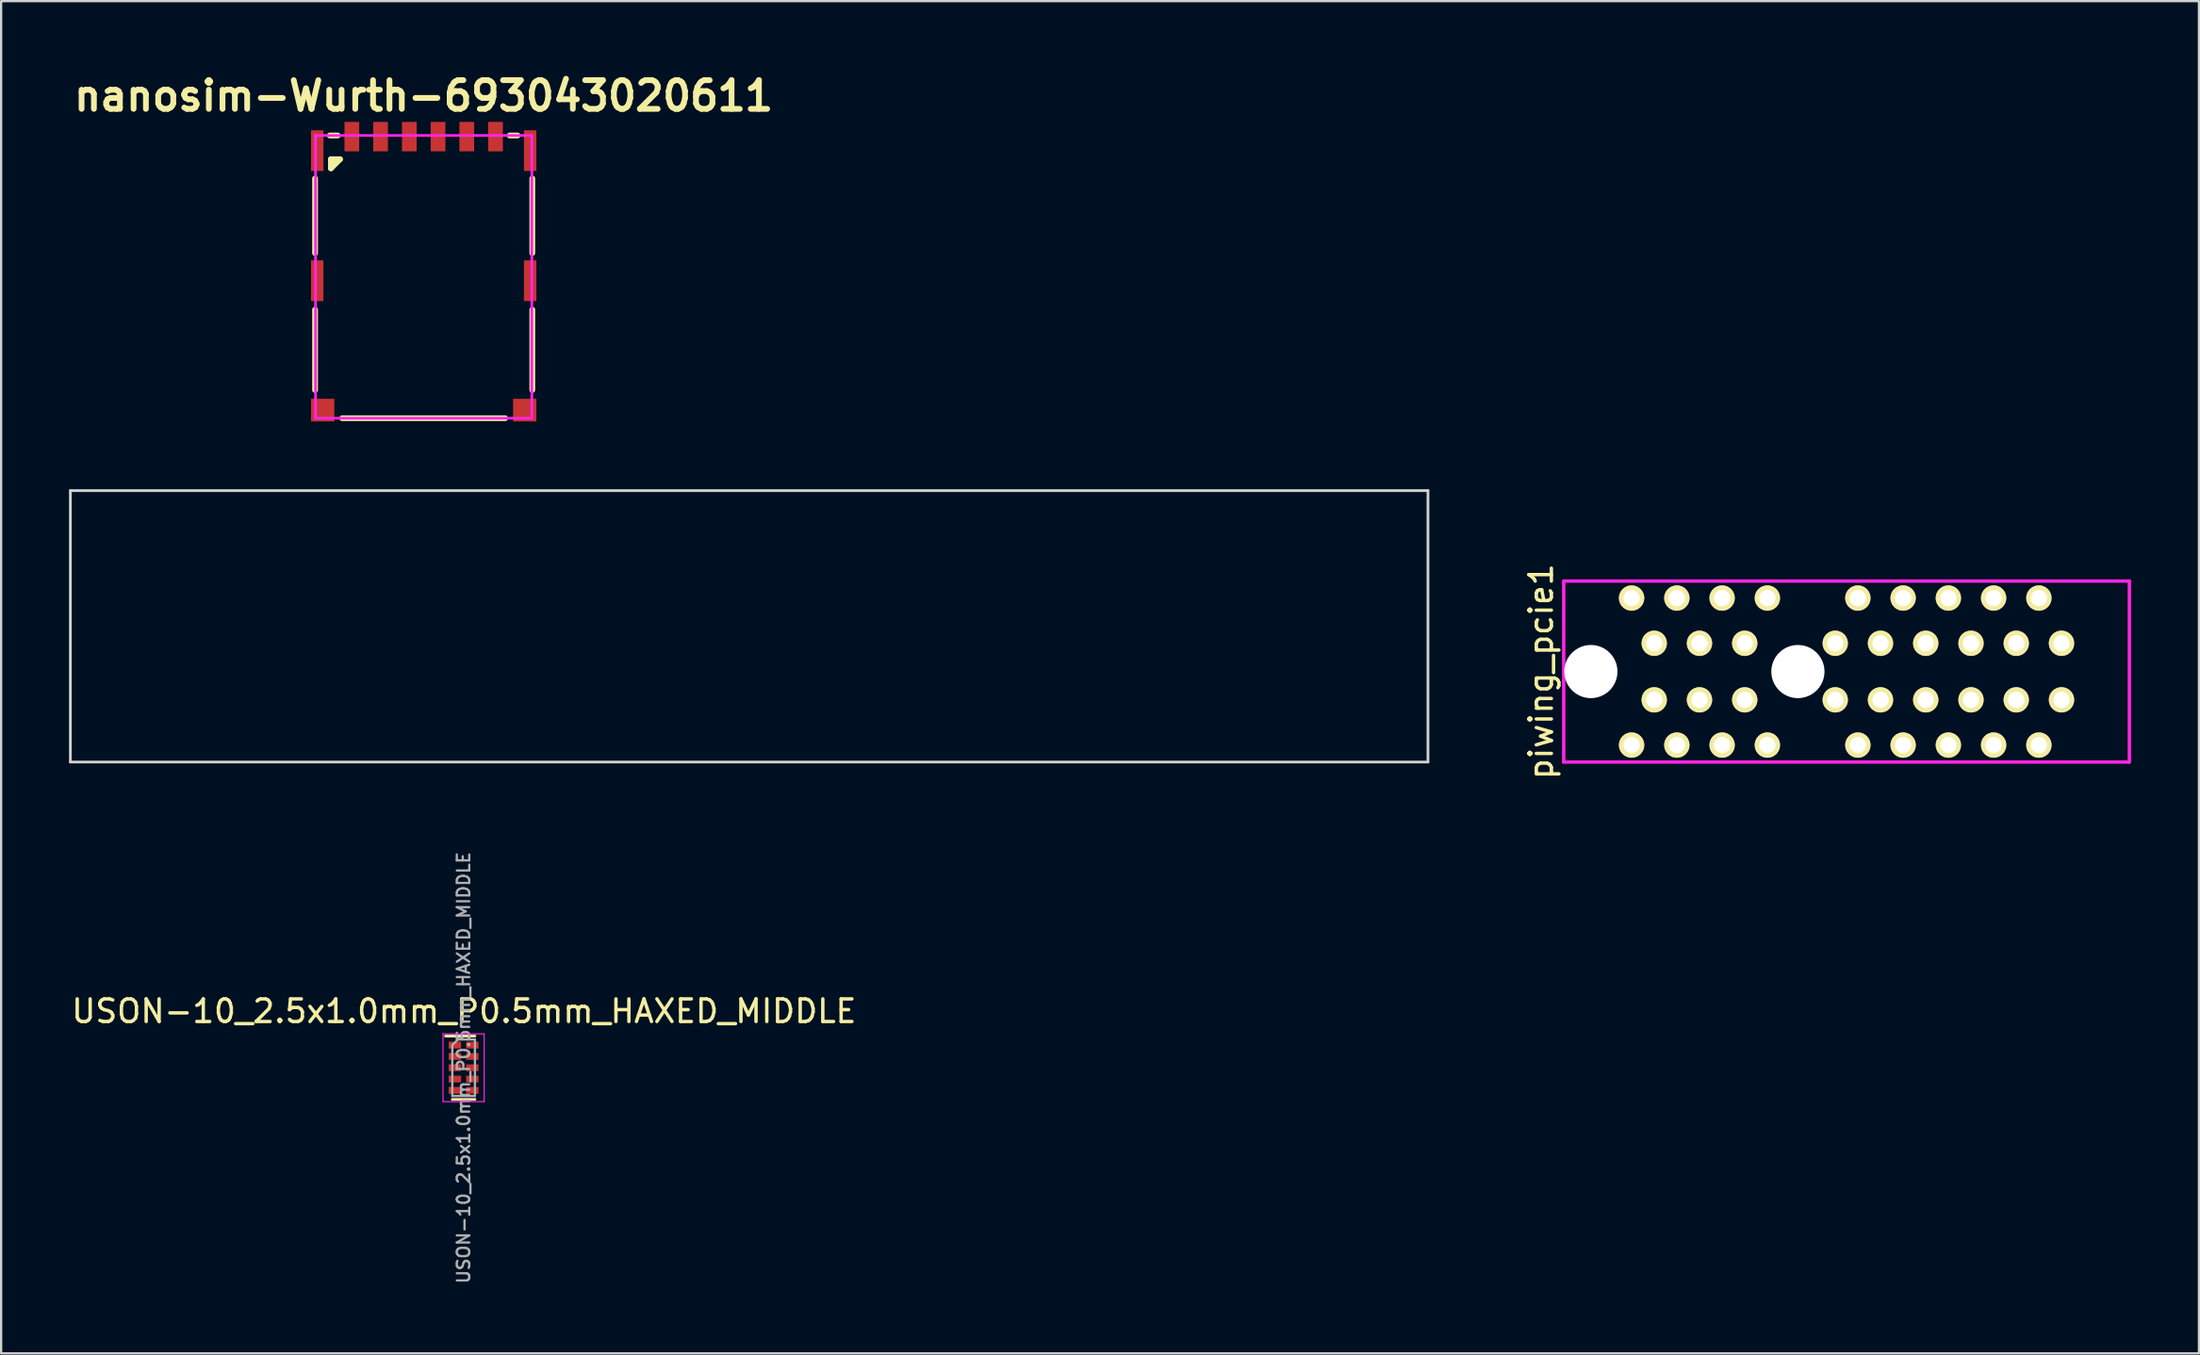
<source format=kicad_pcb>
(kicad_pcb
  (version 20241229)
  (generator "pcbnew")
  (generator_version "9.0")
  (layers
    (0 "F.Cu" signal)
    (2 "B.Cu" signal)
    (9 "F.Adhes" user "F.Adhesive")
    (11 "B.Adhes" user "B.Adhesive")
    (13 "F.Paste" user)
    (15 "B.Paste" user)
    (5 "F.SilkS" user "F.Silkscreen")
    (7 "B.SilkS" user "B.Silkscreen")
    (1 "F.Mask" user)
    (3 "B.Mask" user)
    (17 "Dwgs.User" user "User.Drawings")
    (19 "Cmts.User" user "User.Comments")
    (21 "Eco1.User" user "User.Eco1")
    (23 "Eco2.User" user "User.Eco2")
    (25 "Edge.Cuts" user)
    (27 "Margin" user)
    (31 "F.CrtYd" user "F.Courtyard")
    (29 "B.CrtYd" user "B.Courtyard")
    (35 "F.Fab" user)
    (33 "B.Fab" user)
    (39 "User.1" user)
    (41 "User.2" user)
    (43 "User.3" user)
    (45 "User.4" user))
  (footprint "piwing_pcie1"
    (layer "F.Cu")
    (at 78.06 26.64)
    (property "Reference" "piwing_pcie1" (at -13 0 90) (layer "F.SilkS") (effects (font (size 1 1) (thickness 0.15))))
    (attr through_hole)
    (fp_line (start -78 -8) (end -18 -8) (stroke (width 0.12) (type solid)) (layer "Edge.Cuts"))
    (fp_line (start -78 4) (end -78 -8) (stroke (width 0.12) (type solid)) (layer "Edge.Cuts"))
    (fp_line (start -18 -8) (end -18 4) (stroke (width 0.12) (type solid)) (layer "Edge.Cuts"))
    (fp_line (start -18 4) (end -78 4) (stroke (width 0.12) (type solid)) (layer "Edge.Cuts"))
    (fp_line (start -12 -4) (end -12 4) (stroke (width 0.15) (type solid)) (layer "F.CrtYd"))
    (fp_line (start -12 4) (end 13 4) (stroke (width 0.15) (type solid)) (layer "F.CrtYd"))
    (fp_line (start 13 -4) (end -12 -4) (stroke (width 0.15) (type solid)) (layer "F.CrtYd"))
    (fp_line (start 13 4) (end 13 -4) (stroke (width 0.15) (type solid)) (layer "F.CrtYd"))
    (pad "" np_thru_hole circle (at -10.8 0) (size 2.35 2.35) (drill 2.35) (layers "*.Cu" "*.Mask"))
    (pad "" np_thru_hole circle (at -1.65 0) (size 2.35 2.35) (drill 2.35) (layers "*.Cu" "*.Mask"))
    (pad "A1" thru_hole circle (at 10 1.25) (size 1.12 1.12) (drill 0.72) (layers "*.Cu" "*.Mask" "F.SilkS"))
    (pad "A2" thru_hole circle (at 9 3.25) (size 1.12 1.12) (drill 0.72) (layers "*.Cu" "*.Mask" "F.SilkS"))
    (pad "A3" thru_hole circle (at 8 1.25) (size 1.12 1.12) (drill 0.72) (layers "*.Cu" "*.Mask" "F.SilkS"))
    (pad "A4" thru_hole circle (at 7 3.25) (size 1.12 1.12) (drill 0.72) (layers "*.Cu" "*.Mask" "F.SilkS"))
    (pad "A5" thru_hole circle (at 6 1.25) (size 1.12 1.12) (drill 0.72) (layers "*.Cu" "*.Mask" "F.SilkS"))
    (pad "A6" thru_hole circle (at 5 3.25) (size 1.12 1.12) (drill 0.72) (layers "*.Cu" "*.Mask" "F.SilkS"))
    (pad "A7" thru_hole circle (at 4 1.25) (size 1.12 1.12) (drill 0.72) (layers "*.Cu" "*.Mask" "F.SilkS"))
    (pad "A8" thru_hole circle (at 3 3.25) (size 1.12 1.12) (drill 0.72) (layers "*.Cu" "*.Mask" "F.SilkS"))
    (pad "A9" thru_hole circle (at 2 1.25) (size 1.12 1.12) (drill 0.72) (layers "*.Cu" "*.Mask" "F.SilkS"))
    (pad "A10" thru_hole circle (at 1 3.25) (size 1.12 1.12) (drill 0.72) (layers "*.Cu" "*.Mask" "F.SilkS"))
    (pad "A11" thru_hole circle (at 0 1.25) (size 1.12 1.12) (drill 0.72) (layers "*.Cu" "*.Mask" "F.SilkS"))
    (pad "A12" thru_hole circle (at -3 3.25) (size 1.12 1.12) (drill 0.72) (layers "*.Cu" "*.Mask" "F.SilkS"))
    (pad "A13" thru_hole circle (at -4 1.25) (size 1.12 1.12) (drill 0.72) (layers "*.Cu" "*.Mask" "F.SilkS"))
    (pad "A14" thru_hole circle (at -5 3.25) (size 1.12 1.12) (drill 0.72) (layers "*.Cu" "*.Mask" "F.SilkS"))
    (pad "A15" thru_hole circle (at -6 1.25) (size 1.12 1.12) (drill 0.72) (layers "*.Cu" "*.Mask" "F.SilkS"))
    (pad "A16" thru_hole circle (at -7 3.25) (size 1.12 1.12) (drill 0.72) (layers "*.Cu" "*.Mask" "F.SilkS"))
    (pad "A17" thru_hole circle (at -8 1.25) (size 1.12 1.12) (drill 0.72) (layers "*.Cu" "*.Mask" "F.SilkS"))
    (pad "A18" thru_hole circle (at -9 3.25) (size 1.12 1.12) (drill 0.72) (layers "*.Cu" "*.Mask" "F.SilkS"))
    (pad "B1" thru_hole circle (at 10 -1.25) (size 1.12 1.12) (drill 0.72) (layers "*.Cu" "*.Mask" "F.SilkS"))
    (pad "B2" thru_hole circle (at 9 -3.25) (size 1.12 1.12) (drill 0.72) (layers "*.Cu" "*.Mask" "F.SilkS"))
    (pad "B3" thru_hole circle (at 8 -1.25) (size 1.12 1.12) (drill 0.72) (layers "*.Cu" "*.Mask" "F.SilkS"))
    (pad "B4" thru_hole circle (at 7 -3.25) (size 1.12 1.12) (drill 0.72) (layers "*.Cu" "*.Mask" "F.SilkS"))
    (pad "B5" thru_hole circle (at 6 -1.25) (size 1.12 1.12) (drill 0.72) (layers "*.Cu" "*.Mask" "F.SilkS"))
    (pad "B6" thru_hole circle (at 5 -3.25) (size 1.12 1.12) (drill 0.72) (layers "*.Cu" "*.Mask" "F.SilkS"))
    (pad "B7" thru_hole circle (at 4 -1.25) (size 1.12 1.12) (drill 0.72) (layers "*.Cu" "*.Mask" "F.SilkS"))
    (pad "B8" thru_hole circle (at 3 -3.25) (size 1.12 1.12) (drill 0.72) (layers "*.Cu" "*.Mask" "F.SilkS"))
    (pad "B9" thru_hole circle (at 2 -1.25) (size 1.12 1.12) (drill 0.72) (layers "*.Cu" "*.Mask" "F.SilkS"))
    (pad "B10" thru_hole circle (at 1 -3.25) (size 1.12 1.12) (drill 0.72) (layers "*.Cu" "*.Mask" "F.SilkS"))
    (pad "B11" thru_hole circle (at 0 -1.25) (size 1.12 1.12) (drill 0.72) (layers "*.Cu" "*.Mask" "F.SilkS"))
    (pad "B12" thru_hole circle (at -3 -3.25) (size 1.12 1.12) (drill 0.72) (layers "*.Cu" "*.Mask" "F.SilkS"))
    (pad "B13" thru_hole circle (at -4 -1.25) (size 1.12 1.12) (drill 0.72) (layers "*.Cu" "*.Mask" "F.SilkS"))
    (pad "B14" thru_hole circle (at -5 -3.25) (size 1.12 1.12) (drill 0.72) (layers "*.Cu" "*.Mask" "F.SilkS"))
    (pad "B15" thru_hole circle (at -6 -1.25) (size 1.12 1.12) (drill 0.72) (layers "*.Cu" "*.Mask" "F.SilkS"))
    (pad "B16" thru_hole circle (at -7 -3.25) (size 1.12 1.12) (drill 0.72) (layers "*.Cu" "*.Mask" "F.SilkS"))
    (pad "B17" thru_hole circle (at -8 -1.25) (size 1.12 1.12) (drill 0.72) (layers "*.Cu" "*.Mask" "F.SilkS"))
    (pad "B18" thru_hole circle (at -9 -3.25) (size 1.12 1.12) (drill 0.72) (layers "*.Cu" "*.Mask" "F.SilkS")))
  (footprint "USON-10_2.5x1.0mm_P0.5mm_HAXED_MIDDLE"
    (layer "F.Cu")
    (at 17.44 44.155)
    (property "Reference" "USON-10_2.5x1.0mm_P0.5mm_HAXED_MIDDLE" (at 0.018 -2.5 0) (layer "F.SilkS") (effects (font (size 1 1) (thickness 0.15))))
    (attr smd)
    (fp_line (start 0.5 -1.4) (end -0.8 -1.4) (stroke (width 0.12) (type solid)) (layer "F.SilkS"))
    (fp_line (start 0.5 1.4) (end -0.5 1.4) (stroke (width 0.12) (type solid)) (layer "F.SilkS"))
    (fp_line (start -0.91 -1.5) (end 0.91 -1.5) (stroke (width 0.05) (type solid)) (layer "F.CrtYd"))
    (fp_line (start -0.91 1.5) (end -0.91 -1.5) (stroke (width 0.05) (type solid)) (layer "F.CrtYd"))
    (fp_line (start 0.91 -1.5) (end 0.91 1.5) (stroke (width 0.05) (type solid)) (layer "F.CrtYd"))
    (fp_line (start 0.91 1.5) (end -0.91 1.5) (stroke (width 0.05) (type solid)) (layer "F.CrtYd"))
    (fp_line (start -0.5 -1) (end -0.5 1.25) (stroke (width 0.1) (type solid)) (layer "F.Fab"))
    (fp_line (start -0.5 1.25) (end 0.5 1.25) (stroke (width 0.1) (type solid)) (layer "F.Fab"))
    (fp_line (start -0.25 -1.25) (end -0.5 -1) (stroke (width 0.1) (type solid)) (layer "F.Fab"))
    (fp_line (start 0.5 -1.25) (end -0.25 -1.25) (stroke (width 0.1) (type solid)) (layer "F.Fab"))
    (fp_line (start 0.5 -1.25) (end 0.5 1.25) (stroke (width 0.1) (type solid)) (layer "F.Fab"))
    (fp_text user "${REFERENCE}" (at 0 0 90) (layer "F.Fab") (effects (font (size 0.55 0.55) (thickness 0.1))))
    (pad "1" smd rect (at -0.385 -1 270) (size 0.3 0.55) (layers "F.Cu" "F.Mask" "F.Paste"))
    (pad "2" smd rect (at -0.385 -0.5 270) (size 0.3 0.55) (layers "F.Cu" "F.Mask" "F.Paste"))
    (pad "3" smd rect (at -0.385 0 270) (size 0.3 0.55) (layers "F.Cu" "F.Mask" "F.Paste"))
    (pad "4" smd rect (at -0.385 0.5 270) (size 0.3 0.55) (layers "F.Cu" "F.Mask" "F.Paste"))
    (pad "5" smd rect (at -0.385 1 270) (size 0.3 0.55) (layers "F.Cu" "F.Mask" "F.Paste"))
    (pad "6" smd rect (at 0.385 1 270) (size 0.3 0.55) (layers "F.Cu" "F.Mask" "F.Paste"))
    (pad "7" smd rect (at 0.385 0.5 270) (size 0.3 0.55) (layers "F.Cu" "F.Mask" "F.Paste"))
    (pad "8" smd rect (at 0.385 0 270) (size 0.3 0.55) (layers "F.Cu" "F.Mask" "F.Paste"))
    (pad "9" smd rect (at 0.385 -0.5 270) (size 0.3 0.55) (layers "F.Cu" "F.Mask" "F.Paste"))
    (pad "10" smd rect (at 0.385 -1 270) (size 0.3 0.55) (layers "F.Cu" "F.Mask" "F.Paste")))
  (footprint "nanosim-Wurth-693043020611"
    (layer "F.Cu")
    (at 15.675 9.19)
    (property "Reference" "nanosim-Wurth-693043020611" (at 0 -8.001 0) (layer "F.SilkS") (effects (font (size 1.27 1.27) (thickness 0.254))))
    (attr through_hole)
    (fp_line (start -4.8 -4.35) (end -4.8 -1.05) (stroke (width 0.254) (type solid)) (layer "F.SilkS"))
    (fp_line (start -4.8 1.45) (end -4.8 5) (stroke (width 0.254) (type solid)) (layer "F.SilkS"))
    (fp_line (start -4.15 -6.25) (end -3.8 -6.25) (stroke (width 0.254) (type solid)) (layer "F.SilkS"))
    (fp_line (start -4.1 -5.2) (end -4.1 -4.8) (stroke (width 0.254) (type solid)) (layer "F.SilkS"))
    (fp_line (start -4.1 -5.2) (end -3.7 -5.2) (stroke (width 0.254) (type solid)) (layer "F.SilkS"))
    (fp_line (start -3.7 -5.2) (end -4.1 -4.8) (stroke (width 0.254) (type solid)) (layer "F.SilkS"))
    (fp_line (start -3.6 6.25) (end 3.6 6.25) (stroke (width 0.254) (type solid)) (layer "F.SilkS"))
    (fp_line (start 3.8 -6.25) (end 4.15 -6.25) (stroke (width 0.254) (type solid)) (layer "F.SilkS"))
    (fp_line (start 4.8 -4.35) (end 4.8 -1.05) (stroke (width 0.254) (type solid)) (layer "F.SilkS"))
    (fp_line (start 4.8 1.45) (end 4.8 5) (stroke (width 0.254) (type solid)) (layer "F.SilkS"))
    (fp_line (start -4.78 -6.25) (end -4.78 6.25) (stroke (width 0.12) (type solid)) (layer "F.CrtYd"))
    (fp_line (start -4.78 6.25) (end 4.78 6.25) (stroke (width 0.12) (type solid)) (layer "F.CrtYd"))
    (fp_line (start 4.78 -6.25) (end -4.78 -6.25) (stroke (width 0.12) (type solid)) (layer "F.CrtYd"))
    (fp_line (start 4.78 6.25) (end 4.78 -6.25) (stroke (width 0.12) (type solid)) (layer "F.CrtYd"))
    (pad "C1" smd rect (at -1.905 -6.2) (size 0.65 1.3) (layers "F.Cu" "F.Mask" "F.Paste"))
    (pad "C2" smd rect (at 0.635 -6.2) (size 0.65 1.3) (layers "F.Cu" "F.Mask" "F.Paste"))
    (pad "C3" smd rect (at 1.905 -6.2) (size 0.65 1.3) (layers "F.Cu" "F.Mask" "F.Paste"))
    (pad "C5" smd rect (at -3.175 -6.2) (size 0.65 1.3) (layers "F.Cu" "F.Mask" "F.Paste"))
    (pad "C6" smd rect (at -0.635 -6.2) (size 0.65 1.3) (layers "F.Cu" "F.Mask" "F.Paste"))
    (pad "C7" smd rect (at 3.175 -6.2) (size 0.65 1.3) (layers "F.Cu" "F.Mask" "F.Paste"))
    (pad "S" smd rect (at -4.705 -5.58) (size 0.55 1.8) (layers "F.Cu" "F.Mask" "F.Paste"))
    (pad "S" smd rect (at -4.705 0.17) (size 0.55 1.8) (layers "F.Cu" "F.Mask" "F.Paste"))
    (pad "S" smd rect (at -4.465 5.89) (size 1.03 1) (layers "F.Cu" "F.Mask" "F.Paste"))
    (pad "S" smd rect (at 4.465 5.89) (size 1.03 1) (layers "F.Cu" "F.Mask" "F.Paste"))
    (pad "S" smd rect (at 4.705 -5.58) (size 0.55 1.8) (layers "F.Cu" "F.Mask" "F.Paste"))
    (pad "S" smd rect (at 4.705 0.17) (size 0.55 1.8) (layers "F.Cu" "F.Mask" "F.Paste")))
  (gr_rect
    (start -3 -3)
    (end 94.135 56.783)
    (stroke (width 0.1) (type default))
    (fill no)
    (layer "Edge.Cuts")))
</source>
